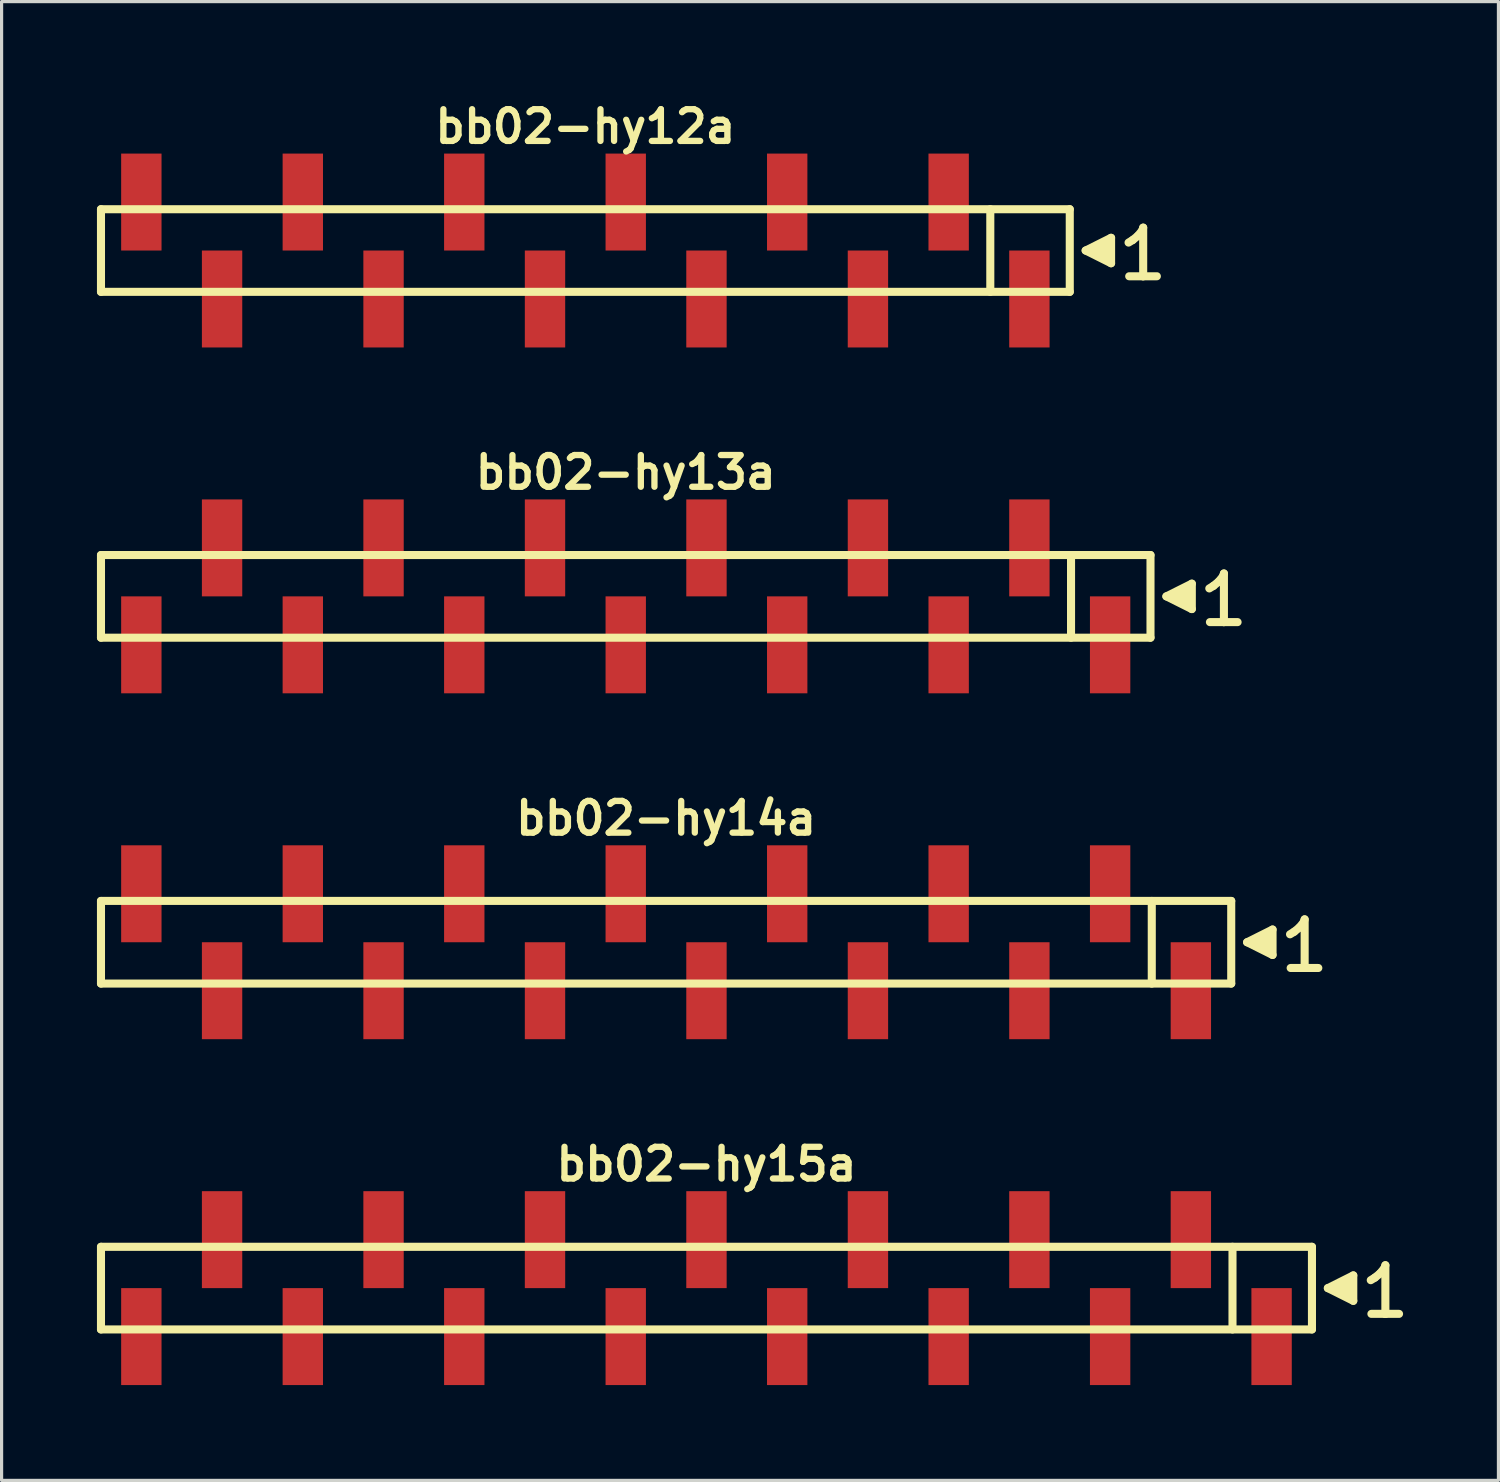
<source format=kicad_pcb>
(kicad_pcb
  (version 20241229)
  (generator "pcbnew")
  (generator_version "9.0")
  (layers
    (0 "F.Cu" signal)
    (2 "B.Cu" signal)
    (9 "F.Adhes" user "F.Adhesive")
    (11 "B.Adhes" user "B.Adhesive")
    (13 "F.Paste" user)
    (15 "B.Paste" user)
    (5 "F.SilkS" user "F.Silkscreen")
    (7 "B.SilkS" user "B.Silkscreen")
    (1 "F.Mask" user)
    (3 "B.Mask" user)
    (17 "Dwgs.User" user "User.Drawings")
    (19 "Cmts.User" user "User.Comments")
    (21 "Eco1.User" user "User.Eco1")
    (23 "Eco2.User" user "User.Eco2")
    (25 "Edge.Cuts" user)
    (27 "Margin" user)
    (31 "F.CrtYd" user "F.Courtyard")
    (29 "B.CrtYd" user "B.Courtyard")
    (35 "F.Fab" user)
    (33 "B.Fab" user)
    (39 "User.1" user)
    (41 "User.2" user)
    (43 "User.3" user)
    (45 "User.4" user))
  (footprint "bb02-hy12a"
    (layer "F.Cu")
    (at 15.367 4.832)
    (property "Reference" "bb02-hy12a" (at 0 -3.9 0) (layer "F.SilkS") (effects (font (size 0.998 0.998) (thickness 0.198))))
    (attr smd)
    (fp_line (start -15.24 -1.3) (end 15.24 -1.3) (stroke (width 0.254) (type solid)) (layer "F.SilkS"))
    (fp_line (start -15.24 1.3) (end -15.24 -1.3) (stroke (width 0.254) (type solid)) (layer "F.SilkS"))
    (fp_line (start 12.74 1.3) (end 12.74 -1.3) (stroke (width 0.254) (type solid)) (layer "F.SilkS"))
    (fp_line (start 15.24 -1.3) (end 15.24 1.3) (stroke (width 0.254) (type solid)) (layer "F.SilkS"))
    (fp_line (start 15.24 1.3) (end -15.24 1.3) (stroke (width 0.254) (type solid)) (layer "F.SilkS"))
    (fp_line (start 15.74 0) (end 16.54 0.4) (stroke (width 0.254) (type solid)) (layer "F.SilkS"))
    (fp_line (start 16.04 0.1) (end 16.04 -0.1) (stroke (width 0.254) (type solid)) (layer "F.SilkS"))
    (fp_line (start 16.14 -0.1) (end 16.14 0.1) (stroke (width 0.254) (type solid)) (layer "F.SilkS"))
    (fp_line (start 16.24 0.2) (end 16.24 -0.2) (stroke (width 0.254) (type solid)) (layer "F.SilkS"))
    (fp_line (start 16.34 -0.2) (end 16.34 0.2) (stroke (width 0.254) (type solid)) (layer "F.SilkS"))
    (fp_line (start 16.44 0.3) (end 16.44 -0.3) (stroke (width 0.254) (type solid)) (layer "F.SilkS"))
    (fp_line (start 16.54 -0.4) (end 15.74 0) (stroke (width 0.254) (type solid)) (layer "F.SilkS"))
    (fp_line (start 16.54 0.4) (end 16.54 -0.4) (stroke (width 0.254) (type solid)) (layer "F.SilkS"))
    (fp_line (start 17.09 -0.25) (end 17.22 -0.33) (stroke (width 0.254) (type solid)) (layer "F.SilkS"))
    (fp_line (start 17.22 -0.33) (end 17.38 -0.46) (stroke (width 0.254) (type solid)) (layer "F.SilkS"))
    (fp_line (start 17.38 -0.46) (end 17.52 -0.63) (stroke (width 0.254) (type solid)) (layer "F.SilkS"))
    (fp_line (start 17.52 -0.63) (end 17.55 -0.72) (stroke (width 0.254) (type solid)) (layer "F.SilkS"))
    (fp_line (start 17.55 -0.72) (end 17.55 0.81) (stroke (width 0.254) (type solid)) (layer "F.SilkS"))
    (fp_line (start 17.55 0.81) (end 17.11 0.81) (stroke (width 0.254) (type solid)) (layer "F.SilkS"))
    (fp_line (start 17.98 0.81) (end 17.54 0.81) (stroke (width 0.254) (type solid)) (layer "F.SilkS"))
    (pad "1" smd rect (at 13.97 1.525) (size 1.27 3.05) (layers "F.Cu" "F.Mask" "F.Paste"))
    (pad "2" smd rect (at 11.43 -1.525) (size 1.27 3.05) (layers "F.Cu" "F.Mask" "F.Paste"))
    (pad "3" smd rect (at 8.89 1.525) (size 1.27 3.05) (layers "F.Cu" "F.Mask" "F.Paste"))
    (pad "4" smd rect (at 6.35 -1.525) (size 1.27 3.05) (layers "F.Cu" "F.Mask" "F.Paste"))
    (pad "5" smd rect (at 3.81 1.525) (size 1.27 3.05) (layers "F.Cu" "F.Mask" "F.Paste"))
    (pad "6" smd rect (at 1.27 -1.525) (size 1.27 3.05) (layers "F.Cu" "F.Mask" "F.Paste"))
    (pad "7" smd rect (at -1.27 1.525) (size 1.27 3.05) (layers "F.Cu" "F.Mask" "F.Paste"))
    (pad "8" smd rect (at -3.81 -1.525) (size 1.27 3.05) (layers "F.Cu" "F.Mask" "F.Paste"))
    (pad "9" smd rect (at -6.35 1.525) (size 1.27 3.05) (layers "F.Cu" "F.Mask" "F.Paste"))
    (pad "10" smd rect (at -8.89 -1.525) (size 1.27 3.05) (layers "F.Cu" "F.Mask" "F.Paste"))
    (pad "11" smd rect (at -11.43 1.525) (size 1.27 3.05) (layers "F.Cu" "F.Mask" "F.Paste"))
    (pad "12" smd rect (at -13.97 -1.525) (size 1.27 3.05) (layers "F.Cu" "F.Mask" "F.Paste")))
  (footprint "bb02-hy13a"
    (layer "F.Cu")
    (at 16.637 15.713)
    (property "Reference" "bb02-hy13a" (at 0 -3.9 0) (layer "F.SilkS") (effects (font (size 0.998 0.998) (thickness 0.198))))
    (attr smd)
    (fp_line (start -16.51 -1.3) (end 16.51 -1.3) (stroke (width 0.254) (type solid)) (layer "F.SilkS"))
    (fp_line (start -16.51 1.3) (end -16.51 -1.3) (stroke (width 0.254) (type solid)) (layer "F.SilkS"))
    (fp_line (start 14.01 1.3) (end 14.01 -1.3) (stroke (width 0.254) (type solid)) (layer "F.SilkS"))
    (fp_line (start 16.51 -1.3) (end 16.51 1.3) (stroke (width 0.254) (type solid)) (layer "F.SilkS"))
    (fp_line (start 16.51 1.3) (end -16.51 1.3) (stroke (width 0.254) (type solid)) (layer "F.SilkS"))
    (fp_line (start 17.01 0) (end 17.81 0.4) (stroke (width 0.254) (type solid)) (layer "F.SilkS"))
    (fp_line (start 17.31 0.1) (end 17.31 -0.1) (stroke (width 0.254) (type solid)) (layer "F.SilkS"))
    (fp_line (start 17.41 -0.1) (end 17.41 0.1) (stroke (width 0.254) (type solid)) (layer "F.SilkS"))
    (fp_line (start 17.51 0.2) (end 17.51 -0.2) (stroke (width 0.254) (type solid)) (layer "F.SilkS"))
    (fp_line (start 17.61 -0.2) (end 17.61 0.2) (stroke (width 0.254) (type solid)) (layer "F.SilkS"))
    (fp_line (start 17.71 0.3) (end 17.71 -0.3) (stroke (width 0.254) (type solid)) (layer "F.SilkS"))
    (fp_line (start 17.81 -0.4) (end 17.01 0) (stroke (width 0.254) (type solid)) (layer "F.SilkS"))
    (fp_line (start 17.81 0.4) (end 17.81 -0.4) (stroke (width 0.254) (type solid)) (layer "F.SilkS"))
    (fp_line (start 18.36 -0.25) (end 18.49 -0.33) (stroke (width 0.254) (type solid)) (layer "F.SilkS"))
    (fp_line (start 18.49 -0.33) (end 18.65 -0.46) (stroke (width 0.254) (type solid)) (layer "F.SilkS"))
    (fp_line (start 18.65 -0.46) (end 18.79 -0.63) (stroke (width 0.254) (type solid)) (layer "F.SilkS"))
    (fp_line (start 18.79 -0.63) (end 18.82 -0.72) (stroke (width 0.254) (type solid)) (layer "F.SilkS"))
    (fp_line (start 18.82 -0.72) (end 18.82 0.81) (stroke (width 0.254) (type solid)) (layer "F.SilkS"))
    (fp_line (start 18.82 0.81) (end 18.38 0.81) (stroke (width 0.254) (type solid)) (layer "F.SilkS"))
    (fp_line (start 19.25 0.81) (end 18.81 0.81) (stroke (width 0.254) (type solid)) (layer "F.SilkS"))
    (pad "1" smd rect (at 15.24 1.525) (size 1.27 3.05) (layers "F.Cu" "F.Mask" "F.Paste"))
    (pad "2" smd rect (at 12.7 -1.525) (size 1.27 3.05) (layers "F.Cu" "F.Mask" "F.Paste"))
    (pad "3" smd rect (at 10.16 1.525) (size 1.27 3.05) (layers "F.Cu" "F.Mask" "F.Paste"))
    (pad "4" smd rect (at 7.62 -1.525) (size 1.27 3.05) (layers "F.Cu" "F.Mask" "F.Paste"))
    (pad "5" smd rect (at 5.08 1.525) (size 1.27 3.05) (layers "F.Cu" "F.Mask" "F.Paste"))
    (pad "6" smd rect (at 2.54 -1.525) (size 1.27 3.05) (layers "F.Cu" "F.Mask" "F.Paste"))
    (pad "7" smd rect (at 0 1.525) (size 1.27 3.05) (layers "F.Cu" "F.Mask" "F.Paste"))
    (pad "8" smd rect (at -2.54 -1.525) (size 1.27 3.05) (layers "F.Cu" "F.Mask" "F.Paste"))
    (pad "9" smd rect (at -5.08 1.525) (size 1.27 3.05) (layers "F.Cu" "F.Mask" "F.Paste"))
    (pad "10" smd rect (at -7.62 -1.525) (size 1.27 3.05) (layers "F.Cu" "F.Mask" "F.Paste"))
    (pad "11" smd rect (at -10.16 1.525) (size 1.27 3.05) (layers "F.Cu" "F.Mask" "F.Paste"))
    (pad "12" smd rect (at -12.7 -1.525) (size 1.27 3.05) (layers "F.Cu" "F.Mask" "F.Paste"))
    (pad "13" smd rect (at -15.24 1.525) (size 1.27 3.05) (layers "F.Cu" "F.Mask" "F.Paste")))
  (footprint "bb02-hy15a"
    (layer "F.Cu")
    (at 19.177 37.477)
    (property "Reference" "bb02-hy15a" (at 0 -3.9 0) (layer "F.SilkS") (effects (font (size 0.998 0.998) (thickness 0.198))))
    (attr smd)
    (fp_line (start -19.05 -1.3) (end 19.05 -1.3) (stroke (width 0.254) (type solid)) (layer "F.SilkS"))
    (fp_line (start -19.05 1.3) (end -19.05 -1.3) (stroke (width 0.254) (type solid)) (layer "F.SilkS"))
    (fp_line (start 16.55 1.3) (end 16.55 -1.3) (stroke (width 0.254) (type solid)) (layer "F.SilkS"))
    (fp_line (start 19.05 -1.3) (end 19.05 1.3) (stroke (width 0.254) (type solid)) (layer "F.SilkS"))
    (fp_line (start 19.05 1.3) (end -19.05 1.3) (stroke (width 0.254) (type solid)) (layer "F.SilkS"))
    (fp_line (start 19.55 0) (end 20.35 0.4) (stroke (width 0.254) (type solid)) (layer "F.SilkS"))
    (fp_line (start 19.85 0.1) (end 19.85 -0.1) (stroke (width 0.254) (type solid)) (layer "F.SilkS"))
    (fp_line (start 19.95 -0.1) (end 19.95 0.1) (stroke (width 0.254) (type solid)) (layer "F.SilkS"))
    (fp_line (start 20.05 0.2) (end 20.05 -0.2) (stroke (width 0.254) (type solid)) (layer "F.SilkS"))
    (fp_line (start 20.15 -0.2) (end 20.15 0.2) (stroke (width 0.254) (type solid)) (layer "F.SilkS"))
    (fp_line (start 20.25 0.3) (end 20.25 -0.3) (stroke (width 0.254) (type solid)) (layer "F.SilkS"))
    (fp_line (start 20.35 -0.4) (end 19.55 0) (stroke (width 0.254) (type solid)) (layer "F.SilkS"))
    (fp_line (start 20.35 0.4) (end 20.35 -0.4) (stroke (width 0.254) (type solid)) (layer "F.SilkS"))
    (fp_line (start 20.9 -0.25) (end 21.03 -0.33) (stroke (width 0.254) (type solid)) (layer "F.SilkS"))
    (fp_line (start 21.03 -0.33) (end 21.19 -0.46) (stroke (width 0.254) (type solid)) (layer "F.SilkS"))
    (fp_line (start 21.19 -0.46) (end 21.33 -0.63) (stroke (width 0.254) (type solid)) (layer "F.SilkS"))
    (fp_line (start 21.33 -0.63) (end 21.36 -0.72) (stroke (width 0.254) (type solid)) (layer "F.SilkS"))
    (fp_line (start 21.36 -0.72) (end 21.36 0.81) (stroke (width 0.254) (type solid)) (layer "F.SilkS"))
    (fp_line (start 21.36 0.81) (end 20.92 0.81) (stroke (width 0.254) (type solid)) (layer "F.SilkS"))
    (fp_line (start 21.79 0.81) (end 21.35 0.81) (stroke (width 0.254) (type solid)) (layer "F.SilkS"))
    (pad "1" smd rect (at 17.78 1.525) (size 1.27 3.05) (layers "F.Cu" "F.Mask" "F.Paste"))
    (pad "2" smd rect (at 15.24 -1.525) (size 1.27 3.05) (layers "F.Cu" "F.Mask" "F.Paste"))
    (pad "3" smd rect (at 12.7 1.525) (size 1.27 3.05) (layers "F.Cu" "F.Mask" "F.Paste"))
    (pad "4" smd rect (at 10.16 -1.525) (size 1.27 3.05) (layers "F.Cu" "F.Mask" "F.Paste"))
    (pad "5" smd rect (at 7.62 1.525) (size 1.27 3.05) (layers "F.Cu" "F.Mask" "F.Paste"))
    (pad "6" smd rect (at 5.08 -1.525) (size 1.27 3.05) (layers "F.Cu" "F.Mask" "F.Paste"))
    (pad "7" smd rect (at 2.54 1.525) (size 1.27 3.05) (layers "F.Cu" "F.Mask" "F.Paste"))
    (pad "8" smd rect (at 0 -1.525) (size 1.27 3.05) (layers "F.Cu" "F.Mask" "F.Paste"))
    (pad "9" smd rect (at -2.54 1.525) (size 1.27 3.05) (layers "F.Cu" "F.Mask" "F.Paste"))
    (pad "10" smd rect (at -5.08 -1.525) (size 1.27 3.05) (layers "F.Cu" "F.Mask" "F.Paste"))
    (pad "11" smd rect (at -7.62 1.525) (size 1.27 3.05) (layers "F.Cu" "F.Mask" "F.Paste"))
    (pad "12" smd rect (at -10.16 -1.525) (size 1.27 3.05) (layers "F.Cu" "F.Mask" "F.Paste"))
    (pad "13" smd rect (at -12.7 1.525) (size 1.27 3.05) (layers "F.Cu" "F.Mask" "F.Paste"))
    (pad "14" smd rect (at -15.24 -1.525) (size 1.27 3.05) (layers "F.Cu" "F.Mask" "F.Paste"))
    (pad "15" smd rect (at -17.78 1.525) (size 1.27 3.05) (layers "F.Cu" "F.Mask" "F.Paste")))
  (footprint "bb02-hy14a"
    (layer "F.Cu")
    (at 17.907 26.595)
    (property "Reference" "bb02-hy14a" (at 0 -3.9 0) (layer "F.SilkS") (effects (font (size 0.998 0.998) (thickness 0.198))))
    (attr smd)
    (fp_line (start -17.78 -1.3) (end 17.78 -1.3) (stroke (width 0.254) (type solid)) (layer "F.SilkS"))
    (fp_line (start -17.78 1.3) (end -17.78 -1.3) (stroke (width 0.254) (type solid)) (layer "F.SilkS"))
    (fp_line (start 15.28 1.3) (end 15.28 -1.3) (stroke (width 0.254) (type solid)) (layer "F.SilkS"))
    (fp_line (start 17.78 -1.3) (end 17.78 1.3) (stroke (width 0.254) (type solid)) (layer "F.SilkS"))
    (fp_line (start 17.78 1.3) (end -17.78 1.3) (stroke (width 0.254) (type solid)) (layer "F.SilkS"))
    (fp_line (start 18.28 0) (end 19.08 0.4) (stroke (width 0.254) (type solid)) (layer "F.SilkS"))
    (fp_line (start 18.58 0.1) (end 18.58 -0.1) (stroke (width 0.254) (type solid)) (layer "F.SilkS"))
    (fp_line (start 18.68 -0.1) (end 18.68 0.1) (stroke (width 0.254) (type solid)) (layer "F.SilkS"))
    (fp_line (start 18.78 0.2) (end 18.78 -0.2) (stroke (width 0.254) (type solid)) (layer "F.SilkS"))
    (fp_line (start 18.88 -0.2) (end 18.88 0.2) (stroke (width 0.254) (type solid)) (layer "F.SilkS"))
    (fp_line (start 18.98 0.3) (end 18.98 -0.3) (stroke (width 0.254) (type solid)) (layer "F.SilkS"))
    (fp_line (start 19.08 -0.4) (end 18.28 0) (stroke (width 0.254) (type solid)) (layer "F.SilkS"))
    (fp_line (start 19.08 0.4) (end 19.08 -0.4) (stroke (width 0.254) (type solid)) (layer "F.SilkS"))
    (fp_line (start 19.63 -0.25) (end 19.76 -0.33) (stroke (width 0.254) (type solid)) (layer "F.SilkS"))
    (fp_line (start 19.76 -0.33) (end 19.92 -0.46) (stroke (width 0.254) (type solid)) (layer "F.SilkS"))
    (fp_line (start 19.92 -0.46) (end 20.06 -0.63) (stroke (width 0.254) (type solid)) (layer "F.SilkS"))
    (fp_line (start 20.06 -0.63) (end 20.09 -0.72) (stroke (width 0.254) (type solid)) (layer "F.SilkS"))
    (fp_line (start 20.09 -0.72) (end 20.09 0.81) (stroke (width 0.254) (type solid)) (layer "F.SilkS"))
    (fp_line (start 20.09 0.81) (end 19.65 0.81) (stroke (width 0.254) (type solid)) (layer "F.SilkS"))
    (fp_line (start 20.52 0.81) (end 20.08 0.81) (stroke (width 0.254) (type solid)) (layer "F.SilkS"))
    (pad "1" smd rect (at 16.51 1.525) (size 1.27 3.05) (layers "F.Cu" "F.Mask" "F.Paste"))
    (pad "2" smd rect (at 13.97 -1.525) (size 1.27 3.05) (layers "F.Cu" "F.Mask" "F.Paste"))
    (pad "3" smd rect (at 11.43 1.525) (size 1.27 3.05) (layers "F.Cu" "F.Mask" "F.Paste"))
    (pad "4" smd rect (at 8.89 -1.525) (size 1.27 3.05) (layers "F.Cu" "F.Mask" "F.Paste"))
    (pad "5" smd rect (at 6.35 1.525) (size 1.27 3.05) (layers "F.Cu" "F.Mask" "F.Paste"))
    (pad "6" smd rect (at 3.81 -1.525) (size 1.27 3.05) (layers "F.Cu" "F.Mask" "F.Paste"))
    (pad "7" smd rect (at 1.27 1.525) (size 1.27 3.05) (layers "F.Cu" "F.Mask" "F.Paste"))
    (pad "8" smd rect (at -1.27 -1.525) (size 1.27 3.05) (layers "F.Cu" "F.Mask" "F.Paste"))
    (pad "9" smd rect (at -3.81 1.525) (size 1.27 3.05) (layers "F.Cu" "F.Mask" "F.Paste"))
    (pad "10" smd rect (at -6.35 -1.525) (size 1.27 3.05) (layers "F.Cu" "F.Mask" "F.Paste"))
    (pad "11" smd rect (at -8.89 1.525) (size 1.27 3.05) (layers "F.Cu" "F.Mask" "F.Paste"))
    (pad "12" smd rect (at -11.43 -1.525) (size 1.27 3.05) (layers "F.Cu" "F.Mask" "F.Paste"))
    (pad "13" smd rect (at -13.97 1.525) (size 1.27 3.05) (layers "F.Cu" "F.Mask" "F.Paste"))
    (pad "14" smd rect (at -16.51 -1.525) (size 1.27 3.05) (layers "F.Cu" "F.Mask" "F.Paste")))
  (gr_rect
    (start -3 -3)
    (end 44.094 43.527)
    (stroke (width 0.1) (type default))
    (fill no)
    (layer "Edge.Cuts")))
</source>
